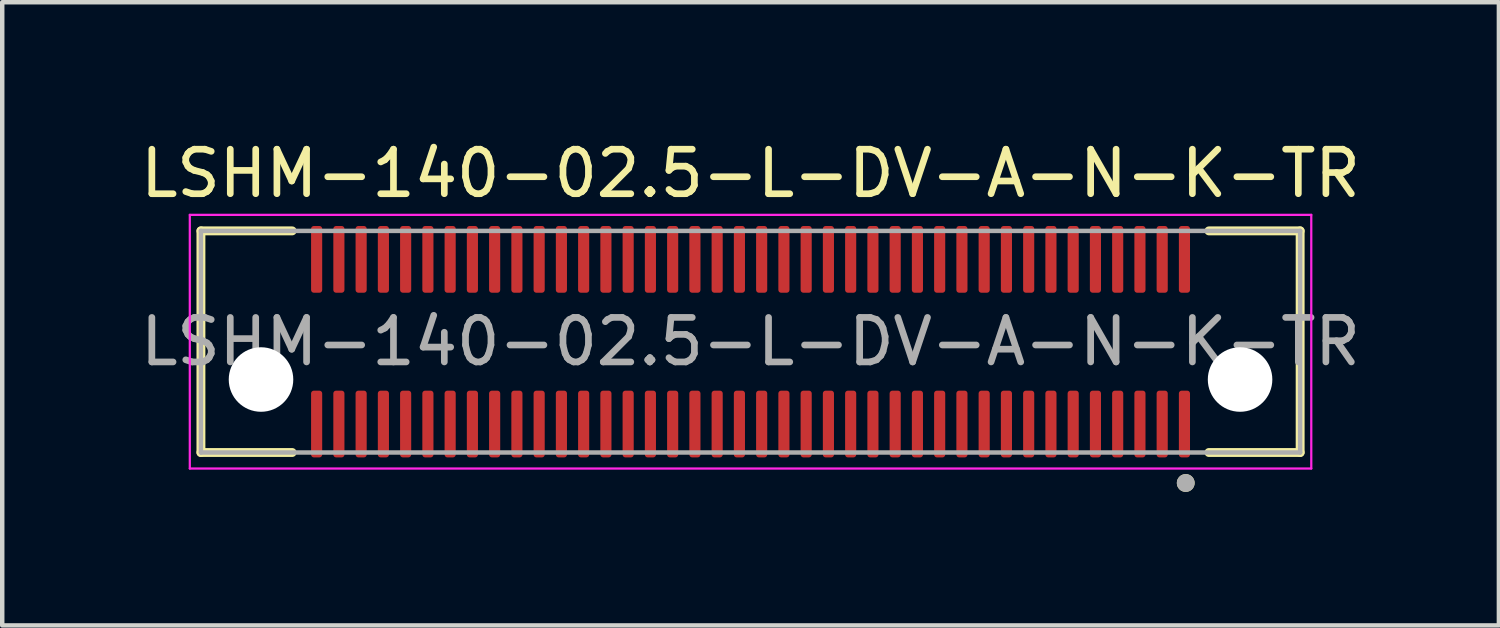
<source format=kicad_pcb>
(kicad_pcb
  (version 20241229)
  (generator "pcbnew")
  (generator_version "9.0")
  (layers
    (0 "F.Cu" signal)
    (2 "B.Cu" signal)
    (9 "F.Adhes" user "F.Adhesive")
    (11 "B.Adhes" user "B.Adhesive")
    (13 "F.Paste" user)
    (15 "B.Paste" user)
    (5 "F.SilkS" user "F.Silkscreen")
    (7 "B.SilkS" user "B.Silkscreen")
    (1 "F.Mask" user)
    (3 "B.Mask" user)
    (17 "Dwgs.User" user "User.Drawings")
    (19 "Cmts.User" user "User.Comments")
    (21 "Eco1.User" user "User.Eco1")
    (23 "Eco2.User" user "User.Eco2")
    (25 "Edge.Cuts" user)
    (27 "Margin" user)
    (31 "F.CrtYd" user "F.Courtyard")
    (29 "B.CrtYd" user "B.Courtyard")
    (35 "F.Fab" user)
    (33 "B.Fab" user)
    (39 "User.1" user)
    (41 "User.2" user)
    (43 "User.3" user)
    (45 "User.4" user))
  (footprint "LSHM-140-02.5-L-DV-A-N-K-TR"
    (layer "F.Cu")
    (at 13.815 4.628)
    (property "Reference" "LSHM-140-02.5-L-DV-A-N-K-TR" (at 0 -3.78 0) (unlocked yes) (layer "F.SilkS") (effects (font (size 1 1) (thickness 0.15))))
    (attr smd)
    (fp_line (start -12.35 -2.49) (end -12.35 2.49) (stroke (width 0.2) (type solid)) (layer "F.SilkS"))
    (fp_line (start -12.35 2.49) (end -10.3 2.49) (stroke (width 0.2) (type solid)) (layer "F.SilkS"))
    (fp_line (start -10.3 -2.49) (end -12.35 -2.49) (stroke (width 0.2) (type solid)) (layer "F.SilkS"))
    (fp_line (start 10.3 -2.49) (end 12.35 -2.49) (stroke (width 0.2) (type solid)) (layer "F.SilkS"))
    (fp_line (start 12.35 -2.49) (end 12.35 2.49) (stroke (width 0.2) (type solid)) (layer "F.SilkS"))
    (fp_line (start 12.35 2.49) (end 10.3 2.49) (stroke (width 0.2) (type solid)) (layer "F.SilkS"))
    (fp_circle (center 9.779 3.175) (end 9.879 3.175) (stroke (width 0.2) (type solid)) (fill no) (layer "F.SilkS"))
    (fp_line (start -12.6 -2.85) (end -12.6 2.85) (stroke (width 0.05) (type solid)) (layer "F.CrtYd"))
    (fp_line (start -12.6 2.85) (end 12.6 2.85) (stroke (width 0.05) (type solid)) (layer "F.CrtYd"))
    (fp_line (start 12.6 -2.85) (end -12.6 -2.85) (stroke (width 0.05) (type solid)) (layer "F.CrtYd"))
    (fp_line (start 12.6 2.85) (end 12.6 -2.85) (stroke (width 0.05) (type solid)) (layer "F.CrtYd"))
    (fp_line (start -12.35 -2.49) (end -12.35 2.49) (stroke (width 0.1) (type solid)) (layer "F.Fab"))
    (fp_line (start -12.35 2.49) (end 12.35 2.49) (stroke (width 0.1) (type solid)) (layer "F.Fab"))
    (fp_line (start 12.35 -2.49) (end -12.35 -2.49) (stroke (width 0.1) (type solid)) (layer "F.Fab"))
    (fp_line (start 12.35 2.49) (end 12.35 -2.49) (stroke (width 0.1) (type solid)) (layer "F.Fab"))
    (fp_circle (center 9.779 3.175) (end 9.879 3.175) (stroke (width 0.2) (type solid)) (fill no) (layer "F.Fab"))
    (fp_text user "${REFERENCE}" (at 0 0 0) (unlocked yes) (layer "F.Fab") (effects (font (size 1 1) (thickness 0.15))))
    (pad "" np_thru_hole circle (at -11 0.85) (size 1.45 1.45) (drill 1.45) (layers "*.Cu" "*.Mask"))
    (pad "" np_thru_hole circle (at 11 0.85) (size 1.45 1.45) (drill 1.45) (layers "*.Cu" "*.Mask"))
    (pad "1" smd roundrect (at 9.75 1.85) (size 0.25 1.5) (layers "F.Cu" "F.Mask" "F.Paste") (roundrect_rratio 0.25))
    (pad "2" smd roundrect (at 9.75 -1.85) (size 0.25 1.5) (layers "F.Cu" "F.Mask" "F.Paste") (roundrect_rratio 0.25))
    (pad "3" smd roundrect (at 9.25 1.85) (size 0.25 1.5) (layers "F.Cu" "F.Mask" "F.Paste") (roundrect_rratio 0.25))
    (pad "4" smd roundrect (at 9.25 -1.85) (size 0.25 1.5) (layers "F.Cu" "F.Mask" "F.Paste") (roundrect_rratio 0.25))
    (pad "5" smd roundrect (at 8.75 1.85) (size 0.25 1.5) (layers "F.Cu" "F.Mask" "F.Paste") (roundrect_rratio 0.25))
    (pad "6" smd roundrect (at 8.75 -1.85) (size 0.25 1.5) (layers "F.Cu" "F.Mask" "F.Paste") (roundrect_rratio 0.25))
    (pad "7" smd roundrect (at 8.25 1.85) (size 0.25 1.5) (layers "F.Cu" "F.Mask" "F.Paste") (roundrect_rratio 0.25))
    (pad "8" smd roundrect (at 8.25 -1.85) (size 0.25 1.5) (layers "F.Cu" "F.Mask" "F.Paste") (roundrect_rratio 0.25))
    (pad "9" smd roundrect (at 7.75 1.85) (size 0.25 1.5) (layers "F.Cu" "F.Mask" "F.Paste") (roundrect_rratio 0.25))
    (pad "10" smd roundrect (at 7.75 -1.85) (size 0.25 1.5) (layers "F.Cu" "F.Mask" "F.Paste") (roundrect_rratio 0.25))
    (pad "11" smd roundrect (at 7.25 1.85) (size 0.25 1.5) (layers "F.Cu" "F.Mask" "F.Paste") (roundrect_rratio 0.25))
    (pad "12" smd roundrect (at 7.25 -1.85) (size 0.25 1.5) (layers "F.Cu" "F.Mask" "F.Paste") (roundrect_rratio 0.25))
    (pad "13" smd roundrect (at 6.75 1.85) (size 0.25 1.5) (layers "F.Cu" "F.Mask" "F.Paste") (roundrect_rratio 0.25))
    (pad "14" smd roundrect (at 6.75 -1.85) (size 0.25 1.5) (layers "F.Cu" "F.Mask" "F.Paste") (roundrect_rratio 0.25))
    (pad "15" smd roundrect (at 6.25 1.85) (size 0.25 1.5) (layers "F.Cu" "F.Mask" "F.Paste") (roundrect_rratio 0.25))
    (pad "16" smd roundrect (at 6.25 -1.85) (size 0.25 1.5) (layers "F.Cu" "F.Mask" "F.Paste") (roundrect_rratio 0.25))
    (pad "17" smd roundrect (at 5.75 1.85) (size 0.25 1.5) (layers "F.Cu" "F.Mask" "F.Paste") (roundrect_rratio 0.25))
    (pad "18" smd roundrect (at 5.75 -1.85) (size 0.25 1.5) (layers "F.Cu" "F.Mask" "F.Paste") (roundrect_rratio 0.25))
    (pad "19" smd roundrect (at 5.25 1.85) (size 0.25 1.5) (layers "F.Cu" "F.Mask" "F.Paste") (roundrect_rratio 0.25))
    (pad "20" smd roundrect (at 5.25 -1.85) (size 0.25 1.5) (layers "F.Cu" "F.Mask" "F.Paste") (roundrect_rratio 0.25))
    (pad "21" smd roundrect (at 4.75 1.85) (size 0.25 1.5) (layers "F.Cu" "F.Mask" "F.Paste") (roundrect_rratio 0.25))
    (pad "22" smd roundrect (at 4.75 -1.85) (size 0.25 1.5) (layers "F.Cu" "F.Mask" "F.Paste") (roundrect_rratio 0.25))
    (pad "23" smd roundrect (at 4.25 1.85) (size 0.25 1.5) (layers "F.Cu" "F.Mask" "F.Paste") (roundrect_rratio 0.25))
    (pad "24" smd roundrect (at 4.25 -1.85) (size 0.25 1.5) (layers "F.Cu" "F.Mask" "F.Paste") (roundrect_rratio 0.25))
    (pad "25" smd roundrect (at 3.75 1.85) (size 0.25 1.5) (layers "F.Cu" "F.Mask" "F.Paste") (roundrect_rratio 0.25))
    (pad "26" smd roundrect (at 3.75 -1.85) (size 0.25 1.5) (layers "F.Cu" "F.Mask" "F.Paste") (roundrect_rratio 0.25))
    (pad "27" smd roundrect (at 3.25 1.85) (size 0.25 1.5) (layers "F.Cu" "F.Mask" "F.Paste") (roundrect_rratio 0.25))
    (pad "28" smd roundrect (at 3.25 -1.85) (size 0.25 1.5) (layers "F.Cu" "F.Mask" "F.Paste") (roundrect_rratio 0.25))
    (pad "29" smd roundrect (at 2.75 1.85) (size 0.25 1.5) (layers "F.Cu" "F.Mask" "F.Paste") (roundrect_rratio 0.25))
    (pad "30" smd roundrect (at 2.75 -1.85) (size 0.25 1.5) (layers "F.Cu" "F.Mask" "F.Paste") (roundrect_rratio 0.25))
    (pad "31" smd roundrect (at 2.25 1.85) (size 0.25 1.5) (layers "F.Cu" "F.Mask" "F.Paste") (roundrect_rratio 0.25))
    (pad "32" smd roundrect (at 2.25 -1.85) (size 0.25 1.5) (layers "F.Cu" "F.Mask" "F.Paste") (roundrect_rratio 0.25))
    (pad "33" smd roundrect (at 1.75 1.85) (size 0.25 1.5) (layers "F.Cu" "F.Mask" "F.Paste") (roundrect_rratio 0.25))
    (pad "34" smd roundrect (at 1.75 -1.85) (size 0.25 1.5) (layers "F.Cu" "F.Mask" "F.Paste") (roundrect_rratio 0.25))
    (pad "35" smd roundrect (at 1.25 1.85) (size 0.25 1.5) (layers "F.Cu" "F.Mask" "F.Paste") (roundrect_rratio 0.25))
    (pad "36" smd roundrect (at 1.25 -1.85) (size 0.25 1.5) (layers "F.Cu" "F.Mask" "F.Paste") (roundrect_rratio 0.25))
    (pad "37" smd roundrect (at 0.75 1.85) (size 0.25 1.5) (layers "F.Cu" "F.Mask" "F.Paste") (roundrect_rratio 0.25))
    (pad "38" smd roundrect (at 0.75 -1.85) (size 0.25 1.5) (layers "F.Cu" "F.Mask" "F.Paste") (roundrect_rratio 0.25))
    (pad "39" smd roundrect (at 0.25 1.85) (size 0.25 1.5) (layers "F.Cu" "F.Mask" "F.Paste") (roundrect_rratio 0.25))
    (pad "40" smd roundrect (at 0.25 -1.85) (size 0.25 1.5) (layers "F.Cu" "F.Mask" "F.Paste") (roundrect_rratio 0.25))
    (pad "41" smd roundrect (at -0.25 1.85) (size 0.25 1.5) (layers "F.Cu" "F.Mask" "F.Paste") (roundrect_rratio 0.25))
    (pad "42" smd roundrect (at -0.25 -1.85) (size 0.25 1.5) (layers "F.Cu" "F.Mask" "F.Paste") (roundrect_rratio 0.25))
    (pad "43" smd roundrect (at -0.75 1.85) (size 0.25 1.5) (layers "F.Cu" "F.Mask" "F.Paste") (roundrect_rratio 0.25))
    (pad "44" smd roundrect (at -0.75 -1.85) (size 0.25 1.5) (layers "F.Cu" "F.Mask" "F.Paste") (roundrect_rratio 0.25))
    (pad "45" smd roundrect (at -1.25 1.85) (size 0.25 1.5) (layers "F.Cu" "F.Mask" "F.Paste") (roundrect_rratio 0.25))
    (pad "46" smd roundrect (at -1.25 -1.85) (size 0.25 1.5) (layers "F.Cu" "F.Mask" "F.Paste") (roundrect_rratio 0.25))
    (pad "47" smd roundrect (at -1.75 1.85) (size 0.25 1.5) (layers "F.Cu" "F.Mask" "F.Paste") (roundrect_rratio 0.25))
    (pad "48" smd roundrect (at -1.75 -1.85) (size 0.25 1.5) (layers "F.Cu" "F.Mask" "F.Paste") (roundrect_rratio 0.25))
    (pad "49" smd roundrect (at -2.25 1.85) (size 0.25 1.5) (layers "F.Cu" "F.Mask" "F.Paste") (roundrect_rratio 0.25))
    (pad "50" smd roundrect (at -2.25 -1.85) (size 0.25 1.5) (layers "F.Cu" "F.Mask" "F.Paste") (roundrect_rratio 0.25))
    (pad "51" smd roundrect (at -2.75 1.85) (size 0.25 1.5) (layers "F.Cu" "F.Mask" "F.Paste") (roundrect_rratio 0.25))
    (pad "52" smd roundrect (at -2.75 -1.85) (size 0.25 1.5) (layers "F.Cu" "F.Mask" "F.Paste") (roundrect_rratio 0.25))
    (pad "53" smd roundrect (at -3.25 1.85) (size 0.25 1.5) (layers "F.Cu" "F.Mask" "F.Paste") (roundrect_rratio 0.25))
    (pad "54" smd roundrect (at -3.25 -1.85) (size 0.25 1.5) (layers "F.Cu" "F.Mask" "F.Paste") (roundrect_rratio 0.25))
    (pad "55" smd roundrect (at -3.75 1.85) (size 0.25 1.5) (layers "F.Cu" "F.Mask" "F.Paste") (roundrect_rratio 0.25))
    (pad "56" smd roundrect (at -3.75 -1.85) (size 0.25 1.5) (layers "F.Cu" "F.Mask" "F.Paste") (roundrect_rratio 0.25))
    (pad "57" smd roundrect (at -4.25 1.85) (size 0.25 1.5) (layers "F.Cu" "F.Mask" "F.Paste") (roundrect_rratio 0.25))
    (pad "58" smd roundrect (at -4.25 -1.85) (size 0.25 1.5) (layers "F.Cu" "F.Mask" "F.Paste") (roundrect_rratio 0.25))
    (pad "59" smd roundrect (at -4.75 1.85) (size 0.25 1.5) (layers "F.Cu" "F.Mask" "F.Paste") (roundrect_rratio 0.25))
    (pad "60" smd roundrect (at -4.75 -1.85) (size 0.25 1.5) (layers "F.Cu" "F.Mask" "F.Paste") (roundrect_rratio 0.25))
    (pad "61" smd roundrect (at -5.25 1.85) (size 0.25 1.5) (layers "F.Cu" "F.Mask" "F.Paste") (roundrect_rratio 0.25))
    (pad "62" smd roundrect (at -5.25 -1.85) (size 0.25 1.5) (layers "F.Cu" "F.Mask" "F.Paste") (roundrect_rratio 0.25))
    (pad "63" smd roundrect (at -5.75 1.85) (size 0.25 1.5) (layers "F.Cu" "F.Mask" "F.Paste") (roundrect_rratio 0.25))
    (pad "64" smd roundrect (at -5.75 -1.85) (size 0.25 1.5) (layers "F.Cu" "F.Mask" "F.Paste") (roundrect_rratio 0.25))
    (pad "65" smd roundrect (at -6.25 1.85) (size 0.25 1.5) (layers "F.Cu" "F.Mask" "F.Paste") (roundrect_rratio 0.25))
    (pad "66" smd roundrect (at -6.25 -1.85) (size 0.25 1.5) (layers "F.Cu" "F.Mask" "F.Paste") (roundrect_rratio 0.25))
    (pad "67" smd roundrect (at -6.75 1.85) (size 0.25 1.5) (layers "F.Cu" "F.Mask" "F.Paste") (roundrect_rratio 0.25))
    (pad "68" smd roundrect (at -6.75 -1.85) (size 0.25 1.5) (layers "F.Cu" "F.Mask" "F.Paste") (roundrect_rratio 0.25))
    (pad "69" smd roundrect (at -7.25 1.85) (size 0.25 1.5) (layers "F.Cu" "F.Mask" "F.Paste") (roundrect_rratio 0.25))
    (pad "70" smd roundrect (at -7.25 -1.85) (size 0.25 1.5) (layers "F.Cu" "F.Mask" "F.Paste") (roundrect_rratio 0.25))
    (pad "71" smd roundrect (at -7.75 1.85) (size 0.25 1.5) (layers "F.Cu" "F.Mask" "F.Paste") (roundrect_rratio 0.25))
    (pad "72" smd roundrect (at -7.75 -1.85) (size 0.25 1.5) (layers "F.Cu" "F.Mask" "F.Paste") (roundrect_rratio 0.25))
    (pad "73" smd roundrect (at -8.25 1.85) (size 0.25 1.5) (layers "F.Cu" "F.Mask" "F.Paste") (roundrect_rratio 0.25))
    (pad "74" smd roundrect (at -8.25 -1.85) (size 0.25 1.5) (layers "F.Cu" "F.Mask" "F.Paste") (roundrect_rratio 0.25))
    (pad "75" smd roundrect (at -8.75 1.85) (size 0.25 1.5) (layers "F.Cu" "F.Mask" "F.Paste") (roundrect_rratio 0.25))
    (pad "76" smd roundrect (at -8.75 -1.85) (size 0.25 1.5) (layers "F.Cu" "F.Mask" "F.Paste") (roundrect_rratio 0.25))
    (pad "77" smd roundrect (at -9.25 1.85) (size 0.25 1.5) (layers "F.Cu" "F.Mask" "F.Paste") (roundrect_rratio 0.25))
    (pad "78" smd roundrect (at -9.25 -1.85) (size 0.25 1.5) (layers "F.Cu" "F.Mask" "F.Paste") (roundrect_rratio 0.25))
    (pad "79" smd roundrect (at -9.75 1.85) (size 0.25 1.5) (layers "F.Cu" "F.Mask" "F.Paste") (roundrect_rratio 0.25))
    (pad "80" smd roundrect (at -9.75 -1.85) (size 0.25 1.5) (layers "F.Cu" "F.Mask" "F.Paste") (roundrect_rratio 0.25)))
  (gr_rect
    (start -3 -3)
    (end 30.631 11.003)
    (stroke (width 0.1) (type default))
    (fill no)
    (layer "Edge.Cuts")))
</source>
